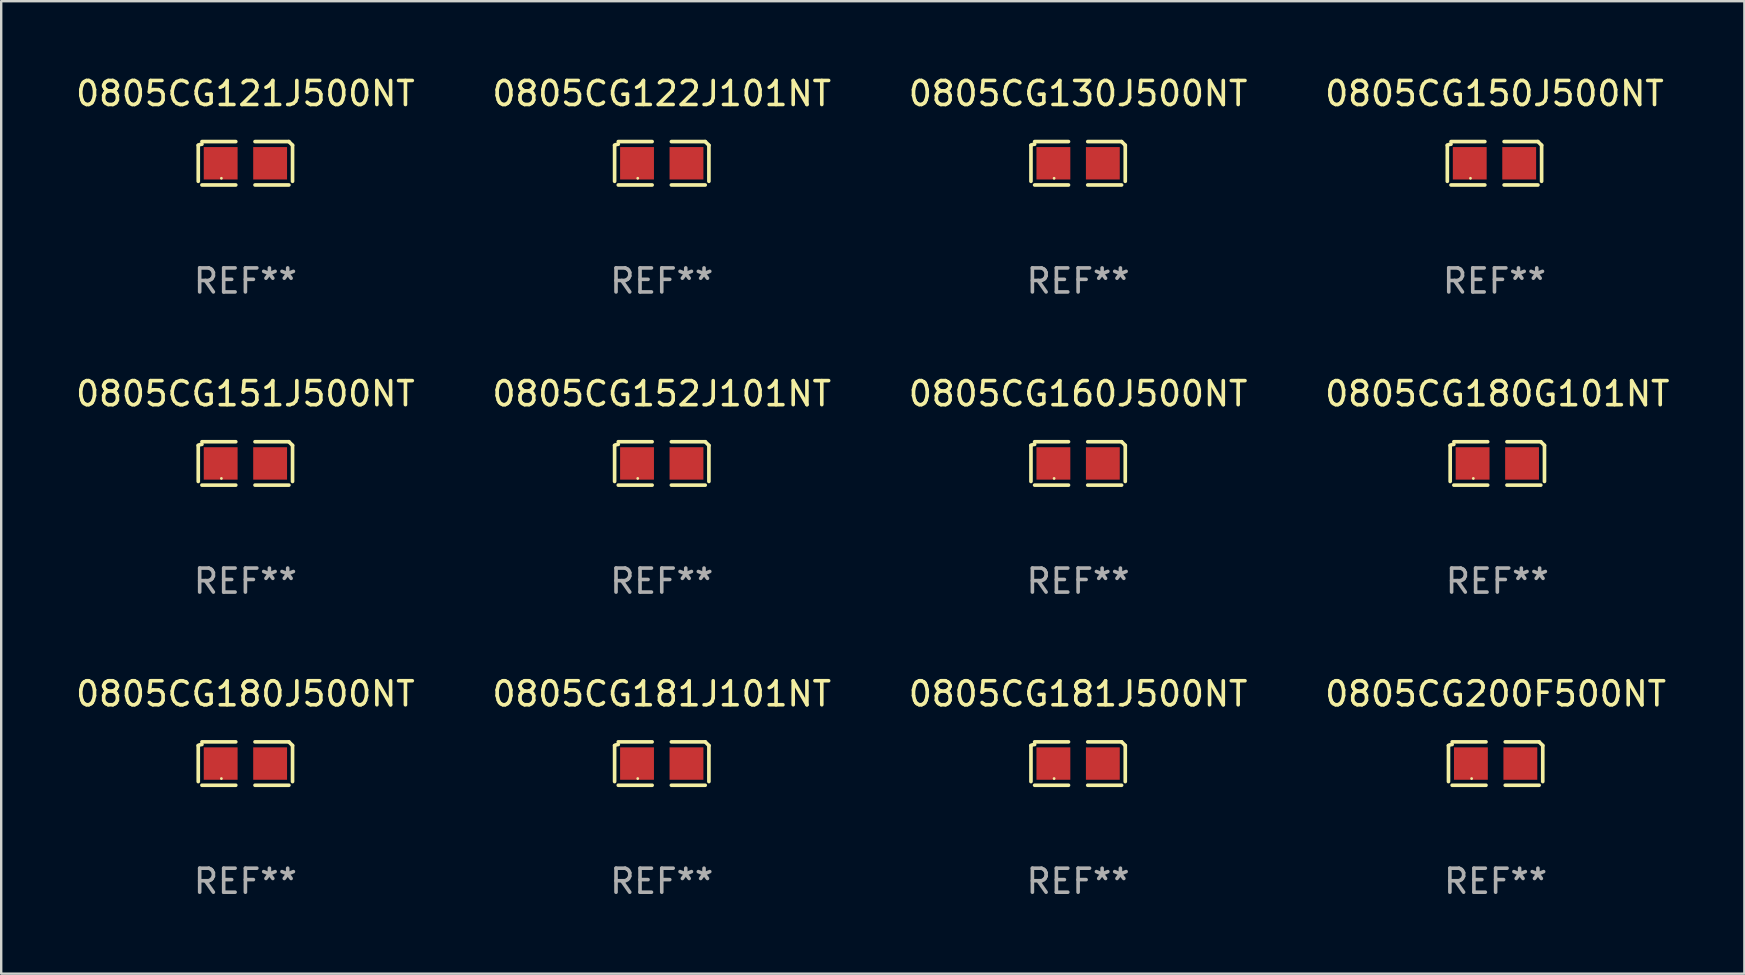
<source format=kicad_pcb>
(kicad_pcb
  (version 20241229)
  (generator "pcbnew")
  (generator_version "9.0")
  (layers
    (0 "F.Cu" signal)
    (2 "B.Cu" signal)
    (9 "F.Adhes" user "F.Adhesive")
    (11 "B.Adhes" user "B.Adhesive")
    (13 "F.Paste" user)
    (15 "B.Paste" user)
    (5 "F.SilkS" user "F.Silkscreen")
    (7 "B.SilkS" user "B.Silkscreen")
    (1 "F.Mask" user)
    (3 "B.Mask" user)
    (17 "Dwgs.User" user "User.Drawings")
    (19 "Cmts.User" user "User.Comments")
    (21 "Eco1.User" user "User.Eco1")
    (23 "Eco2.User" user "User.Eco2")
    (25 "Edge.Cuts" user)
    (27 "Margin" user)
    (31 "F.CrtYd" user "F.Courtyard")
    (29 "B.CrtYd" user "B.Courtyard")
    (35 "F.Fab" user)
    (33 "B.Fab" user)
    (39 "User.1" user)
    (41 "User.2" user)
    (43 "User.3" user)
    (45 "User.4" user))
  (footprint "0805CG130J500NT"
    (layer "F.Cu")
    (at 41.863 3.752)
    (property "Reference" "0805CG130J500NT" (at 0 -2.904 0) (layer "F.SilkS") (effects (font (size 1 1) (thickness 0.15))))
    (attr through_hole)
    (fp_line (start -1.964 0.751) (end -1.964 -0.751) (stroke (width 0.152) (type solid)) (layer "F.SilkS"))
    (fp_line (start -1.811 -0.904) (end -0.401 -0.904) (stroke (width 0.152) (type solid)) (layer "F.SilkS"))
    (fp_line (start -0.401 0.904) (end -1.811 0.904) (stroke (width 0.152) (type solid)) (layer "F.SilkS"))
    (fp_line (start 0.401 0.904) (end 1.811 0.904) (stroke (width 0.152) (type solid)) (layer "F.SilkS"))
    (fp_line (start 1.811 -0.904) (end 0.401 -0.904) (stroke (width 0.152) (type solid)) (layer "F.SilkS"))
    (fp_line (start 1.964 0.751) (end 1.964 -0.751) (stroke (width 0.152) (type solid)) (layer "F.SilkS"))
    (fp_arc (start -1.963602 -0.751207) (mid -1.890354 -0.783131) (end -1.811201 -0.794044) (stroke (width 0.1524) (type solid)) (layer "F.SilkS"))
    (fp_arc (start 1.811202 -0.903607) (mid 1.887413 -0.827418) (end 1.963602 -0.751207) (stroke (width 0.1524) (type solid)) (layer "F.SilkS"))
    (fp_circle (center -1 0.625) (end -0.97 0.625) (stroke (width 0.06) (type solid)) (fill no) (layer "F.SilkS"))
    (fp_text user "REF**" (at 0 4.904 0) (layer "F.Fab") (effects (font (size 1 1) (thickness 0.15))))
    (pad "1" smd rect (at -1.03 0) (size 1.41 1.35) (layers "F.Cu" "F.Mask" "F.Paste"))
    (pad "2" smd rect (at 1.03 0) (size 1.41 1.35) (layers "F.Cu" "F.Mask" "F.Paste")))
  (footprint "0805CG122J101NT"
    (layer "F.Cu")
    (at 24.518 3.752)
    (property "Reference" "0805CG122J101NT" (at 0 -2.904 0) (layer "F.SilkS") (effects (font (size 1 1) (thickness 0.15))))
    (attr through_hole)
    (fp_line (start -1.964 0.751) (end -1.964 -0.751) (stroke (width 0.152) (type solid)) (layer "F.SilkS"))
    (fp_line (start -1.811 -0.904) (end -0.401 -0.904) (stroke (width 0.152) (type solid)) (layer "F.SilkS"))
    (fp_line (start -0.401 0.904) (end -1.811 0.904) (stroke (width 0.152) (type solid)) (layer "F.SilkS"))
    (fp_line (start 0.401 0.904) (end 1.811 0.904) (stroke (width 0.152) (type solid)) (layer "F.SilkS"))
    (fp_line (start 1.811 -0.904) (end 0.401 -0.904) (stroke (width 0.152) (type solid)) (layer "F.SilkS"))
    (fp_line (start 1.964 0.751) (end 1.964 -0.751) (stroke (width 0.152) (type solid)) (layer "F.SilkS"))
    (fp_arc (start -1.963602 -0.751207) (mid -1.890354 -0.783131) (end -1.811201 -0.794044) (stroke (width 0.1524) (type solid)) (layer "F.SilkS"))
    (fp_arc (start 1.811202 -0.903607) (mid 1.887413 -0.827418) (end 1.963602 -0.751207) (stroke (width 0.1524) (type solid)) (layer "F.SilkS"))
    (fp_circle (center -1 0.625) (end -0.97 0.625) (stroke (width 0.06) (type solid)) (fill no) (layer "F.SilkS"))
    (fp_text user "REF**" (at 0 4.904 0) (layer "F.Fab") (effects (font (size 1 1) (thickness 0.15))))
    (pad "1" smd rect (at -1.03 0) (size 1.41 1.35) (layers "F.Cu" "F.Mask" "F.Paste"))
    (pad "2" smd rect (at 1.03 0) (size 1.41 1.35) (layers "F.Cu" "F.Mask" "F.Paste")))
  (footprint "0805CG181J101NT"
    (layer "F.Cu")
    (at 24.518 28.759)
    (property "Reference" "0805CG181J101NT" (at 0 -2.904 0) (layer "F.SilkS") (effects (font (size 1 1) (thickness 0.15))))
    (attr through_hole)
    (fp_line (start -1.964 0.751) (end -1.964 -0.751) (stroke (width 0.152) (type solid)) (layer "F.SilkS"))
    (fp_line (start -1.811 -0.904) (end -0.401 -0.904) (stroke (width 0.152) (type solid)) (layer "F.SilkS"))
    (fp_line (start -0.401 0.904) (end -1.811 0.904) (stroke (width 0.152) (type solid)) (layer "F.SilkS"))
    (fp_line (start 0.401 0.904) (end 1.811 0.904) (stroke (width 0.152) (type solid)) (layer "F.SilkS"))
    (fp_line (start 1.811 -0.904) (end 0.401 -0.904) (stroke (width 0.152) (type solid)) (layer "F.SilkS"))
    (fp_line (start 1.964 0.751) (end 1.964 -0.751) (stroke (width 0.152) (type solid)) (layer "F.SilkS"))
    (fp_arc (start -1.963602 -0.751207) (mid -1.890354 -0.783131) (end -1.811201 -0.794044) (stroke (width 0.1524) (type solid)) (layer "F.SilkS"))
    (fp_arc (start 1.811202 -0.903607) (mid 1.887413 -0.827418) (end 1.963602 -0.751207) (stroke (width 0.1524) (type solid)) (layer "F.SilkS"))
    (fp_circle (center -1 0.625) (end -0.97 0.625) (stroke (width 0.06) (type solid)) (fill no) (layer "F.SilkS"))
    (fp_text user "REF**" (at 0 4.904 0) (layer "F.Fab") (effects (font (size 1 1) (thickness 0.15))))
    (pad "1" smd rect (at -1.03 0) (size 1.41 1.35) (layers "F.Cu" "F.Mask" "F.Paste"))
    (pad "2" smd rect (at 1.03 0) (size 1.41 1.35) (layers "F.Cu" "F.Mask" "F.Paste")))
  (footprint "0805CG200F500NT"
    (layer "F.Cu")
    (at 59.256 28.759)
    (property "Reference" "0805CG200F500NT" (at 0 -2.904 0) (layer "F.SilkS") (effects (font (size 1 1) (thickness 0.15))))
    (attr through_hole)
    (fp_line (start -1.964 0.751) (end -1.964 -0.751) (stroke (width 0.152) (type solid)) (layer "F.SilkS"))
    (fp_line (start -1.811 -0.904) (end -0.401 -0.904) (stroke (width 0.152) (type solid)) (layer "F.SilkS"))
    (fp_line (start -0.401 0.904) (end -1.811 0.904) (stroke (width 0.152) (type solid)) (layer "F.SilkS"))
    (fp_line (start 0.401 0.904) (end 1.811 0.904) (stroke (width 0.152) (type solid)) (layer "F.SilkS"))
    (fp_line (start 1.811 -0.904) (end 0.401 -0.904) (stroke (width 0.152) (type solid)) (layer "F.SilkS"))
    (fp_line (start 1.964 0.751) (end 1.964 -0.751) (stroke (width 0.152) (type solid)) (layer "F.SilkS"))
    (fp_arc (start -1.963602 -0.751207) (mid -1.890354 -0.783131) (end -1.811201 -0.794044) (stroke (width 0.1524) (type solid)) (layer "F.SilkS"))
    (fp_arc (start 1.811202 -0.903607) (mid 1.887413 -0.827418) (end 1.963602 -0.751207) (stroke (width 0.1524) (type solid)) (layer "F.SilkS"))
    (fp_circle (center -1 0.625) (end -0.97 0.625) (stroke (width 0.06) (type solid)) (fill no) (layer "F.SilkS"))
    (fp_text user "REF**" (at 0 4.904 0) (layer "F.Fab") (effects (font (size 1 1) (thickness 0.15))))
    (pad "1" smd rect (at -1.03 0) (size 1.41 1.35) (layers "F.Cu" "F.Mask" "F.Paste"))
    (pad "2" smd rect (at 1.03 0) (size 1.41 1.35) (layers "F.Cu" "F.Mask" "F.Paste")))
  (footprint "0805CG121J500NT"
    (layer "F.Cu")
    (at 7.173 3.752)
    (property "Reference" "0805CG121J500NT" (at 0 -2.904 0) (layer "F.SilkS") (effects (font (size 1 1) (thickness 0.15))))
    (attr through_hole)
    (fp_line (start -1.964 0.751) (end -1.964 -0.751) (stroke (width 0.152) (type solid)) (layer "F.SilkS"))
    (fp_line (start -1.811 -0.904) (end -0.401 -0.904) (stroke (width 0.152) (type solid)) (layer "F.SilkS"))
    (fp_line (start -0.401 0.904) (end -1.811 0.904) (stroke (width 0.152) (type solid)) (layer "F.SilkS"))
    (fp_line (start 0.401 0.904) (end 1.811 0.904) (stroke (width 0.152) (type solid)) (layer "F.SilkS"))
    (fp_line (start 1.811 -0.904) (end 0.401 -0.904) (stroke (width 0.152) (type solid)) (layer "F.SilkS"))
    (fp_line (start 1.964 0.751) (end 1.964 -0.751) (stroke (width 0.152) (type solid)) (layer "F.SilkS"))
    (fp_arc (start -1.963602 -0.751207) (mid -1.890354 -0.783131) (end -1.811201 -0.794044) (stroke (width 0.1524) (type solid)) (layer "F.SilkS"))
    (fp_arc (start 1.811202 -0.903607) (mid 1.887413 -0.827418) (end 1.963602 -0.751207) (stroke (width 0.1524) (type solid)) (layer "F.SilkS"))
    (fp_circle (center -1 0.625) (end -0.97 0.625) (stroke (width 0.06) (type solid)) (fill no) (layer "F.SilkS"))
    (fp_text user "REF**" (at 0 4.904 0) (layer "F.Fab") (effects (font (size 1 1) (thickness 0.15))))
    (pad "1" smd rect (at -1.03 0) (size 1.41 1.35) (layers "F.Cu" "F.Mask" "F.Paste"))
    (pad "2" smd rect (at 1.03 0) (size 1.41 1.35) (layers "F.Cu" "F.Mask" "F.Paste")))
  (footprint "0805CG150J500NT"
    (layer "F.Cu")
    (at 59.208 3.752)
    (property "Reference" "0805CG150J500NT" (at 0 -2.904 0) (layer "F.SilkS") (effects (font (size 1 1) (thickness 0.15))))
    (attr through_hole)
    (fp_line (start -1.964 0.751) (end -1.964 -0.751) (stroke (width 0.152) (type solid)) (layer "F.SilkS"))
    (fp_line (start -1.811 -0.904) (end -0.401 -0.904) (stroke (width 0.152) (type solid)) (layer "F.SilkS"))
    (fp_line (start -0.401 0.904) (end -1.811 0.904) (stroke (width 0.152) (type solid)) (layer "F.SilkS"))
    (fp_line (start 0.401 0.904) (end 1.811 0.904) (stroke (width 0.152) (type solid)) (layer "F.SilkS"))
    (fp_line (start 1.811 -0.904) (end 0.401 -0.904) (stroke (width 0.152) (type solid)) (layer "F.SilkS"))
    (fp_line (start 1.964 0.751) (end 1.964 -0.751) (stroke (width 0.152) (type solid)) (layer "F.SilkS"))
    (fp_arc (start -1.963602 -0.751207) (mid -1.890354 -0.783131) (end -1.811201 -0.794044) (stroke (width 0.1524) (type solid)) (layer "F.SilkS"))
    (fp_arc (start 1.811202 -0.903607) (mid 1.887413 -0.827418) (end 1.963602 -0.751207) (stroke (width 0.1524) (type solid)) (layer "F.SilkS"))
    (fp_circle (center -1 0.625) (end -0.97 0.625) (stroke (width 0.06) (type solid)) (fill no) (layer "F.SilkS"))
    (fp_text user "REF**" (at 0 4.904 0) (layer "F.Fab") (effects (font (size 1 1) (thickness 0.15))))
    (pad "1" smd rect (at -1.03 0) (size 1.41 1.35) (layers "F.Cu" "F.Mask" "F.Paste"))
    (pad "2" smd rect (at 1.03 0) (size 1.41 1.35) (layers "F.Cu" "F.Mask" "F.Paste")))
  (footprint "0805CG160J500NT"
    (layer "F.Cu")
    (at 41.863 16.256)
    (property "Reference" "0805CG160J500NT" (at 0 -2.904 0) (layer "F.SilkS") (effects (font (size 1 1) (thickness 0.15))))
    (attr through_hole)
    (fp_line (start -1.964 0.751) (end -1.964 -0.751) (stroke (width 0.152) (type solid)) (layer "F.SilkS"))
    (fp_line (start -1.811 -0.904) (end -0.401 -0.904) (stroke (width 0.152) (type solid)) (layer "F.SilkS"))
    (fp_line (start -0.401 0.904) (end -1.811 0.904) (stroke (width 0.152) (type solid)) (layer "F.SilkS"))
    (fp_line (start 0.401 0.904) (end 1.811 0.904) (stroke (width 0.152) (type solid)) (layer "F.SilkS"))
    (fp_line (start 1.811 -0.904) (end 0.401 -0.904) (stroke (width 0.152) (type solid)) (layer "F.SilkS"))
    (fp_line (start 1.964 0.751) (end 1.964 -0.751) (stroke (width 0.152) (type solid)) (layer "F.SilkS"))
    (fp_arc (start -1.963602 -0.751207) (mid -1.890354 -0.783131) (end -1.811201 -0.794044) (stroke (width 0.1524) (type solid)) (layer "F.SilkS"))
    (fp_arc (start 1.811202 -0.903607) (mid 1.887413 -0.827418) (end 1.963602 -0.751207) (stroke (width 0.1524) (type solid)) (layer "F.SilkS"))
    (fp_circle (center -1 0.625) (end -0.97 0.625) (stroke (width 0.06) (type solid)) (fill no) (layer "F.SilkS"))
    (fp_text user "REF**" (at 0 4.904 0) (layer "F.Fab") (effects (font (size 1 1) (thickness 0.15))))
    (pad "1" smd rect (at -1.03 0) (size 1.41 1.35) (layers "F.Cu" "F.Mask" "F.Paste"))
    (pad "2" smd rect (at 1.03 0) (size 1.41 1.35) (layers "F.Cu" "F.Mask" "F.Paste")))
  (footprint "0805CG181J500NT"
    (layer "F.Cu")
    (at 41.863 28.759)
    (property "Reference" "0805CG181J500NT" (at 0 -2.904 0) (layer "F.SilkS") (effects (font (size 1 1) (thickness 0.15))))
    (attr through_hole)
    (fp_line (start -1.964 0.751) (end -1.964 -0.751) (stroke (width 0.152) (type solid)) (layer "F.SilkS"))
    (fp_line (start -1.811 -0.904) (end -0.401 -0.904) (stroke (width 0.152) (type solid)) (layer "F.SilkS"))
    (fp_line (start -0.401 0.904) (end -1.811 0.904) (stroke (width 0.152) (type solid)) (layer "F.SilkS"))
    (fp_line (start 0.401 0.904) (end 1.811 0.904) (stroke (width 0.152) (type solid)) (layer "F.SilkS"))
    (fp_line (start 1.811 -0.904) (end 0.401 -0.904) (stroke (width 0.152) (type solid)) (layer "F.SilkS"))
    (fp_line (start 1.964 0.751) (end 1.964 -0.751) (stroke (width 0.152) (type solid)) (layer "F.SilkS"))
    (fp_arc (start -1.963602 -0.751207) (mid -1.890354 -0.783131) (end -1.811201 -0.794044) (stroke (width 0.1524) (type solid)) (layer "F.SilkS"))
    (fp_arc (start 1.811202 -0.903607) (mid 1.887413 -0.827418) (end 1.963602 -0.751207) (stroke (width 0.1524) (type solid)) (layer "F.SilkS"))
    (fp_circle (center -1 0.625) (end -0.97 0.625) (stroke (width 0.06) (type solid)) (fill no) (layer "F.SilkS"))
    (fp_text user "REF**" (at 0 4.904 0) (layer "F.Fab") (effects (font (size 1 1) (thickness 0.15))))
    (pad "1" smd rect (at -1.03 0) (size 1.41 1.35) (layers "F.Cu" "F.Mask" "F.Paste"))
    (pad "2" smd rect (at 1.03 0) (size 1.41 1.35) (layers "F.Cu" "F.Mask" "F.Paste")))
  (footprint "0805CG180G101NT"
    (layer "F.Cu")
    (at 59.327 16.256)
    (property "Reference" "0805CG180G101NT" (at 0 -2.904 0) (layer "F.SilkS") (effects (font (size 1 1) (thickness 0.15))))
    (attr through_hole)
    (fp_line (start -1.964 0.751) (end -1.964 -0.751) (stroke (width 0.152) (type solid)) (layer "F.SilkS"))
    (fp_line (start -1.811 -0.904) (end -0.401 -0.904) (stroke (width 0.152) (type solid)) (layer "F.SilkS"))
    (fp_line (start -0.401 0.904) (end -1.811 0.904) (stroke (width 0.152) (type solid)) (layer "F.SilkS"))
    (fp_line (start 0.401 0.904) (end 1.811 0.904) (stroke (width 0.152) (type solid)) (layer "F.SilkS"))
    (fp_line (start 1.811 -0.904) (end 0.401 -0.904) (stroke (width 0.152) (type solid)) (layer "F.SilkS"))
    (fp_line (start 1.964 0.751) (end 1.964 -0.751) (stroke (width 0.152) (type solid)) (layer "F.SilkS"))
    (fp_arc (start -1.963602 -0.751207) (mid -1.890354 -0.783131) (end -1.811201 -0.794044) (stroke (width 0.1524) (type solid)) (layer "F.SilkS"))
    (fp_arc (start 1.811202 -0.903607) (mid 1.887413 -0.827418) (end 1.963602 -0.751207) (stroke (width 0.1524) (type solid)) (layer "F.SilkS"))
    (fp_circle (center -1 0.625) (end -0.97 0.625) (stroke (width 0.06) (type solid)) (fill no) (layer "F.SilkS"))
    (fp_text user "REF**" (at 0 4.904 0) (layer "F.Fab") (effects (font (size 1 1) (thickness 0.15))))
    (pad "1" smd rect (at -1.03 0) (size 1.41 1.35) (layers "F.Cu" "F.Mask" "F.Paste"))
    (pad "2" smd rect (at 1.03 0) (size 1.41 1.35) (layers "F.Cu" "F.Mask" "F.Paste")))
  (footprint "0805CG180J500NT"
    (layer "F.Cu")
    (at 7.173 28.759)
    (property "Reference" "0805CG180J500NT" (at 0 -2.904 0) (layer "F.SilkS") (effects (font (size 1 1) (thickness 0.15))))
    (attr through_hole)
    (fp_line (start -1.964 0.751) (end -1.964 -0.751) (stroke (width 0.152) (type solid)) (layer "F.SilkS"))
    (fp_line (start -1.811 -0.904) (end -0.401 -0.904) (stroke (width 0.152) (type solid)) (layer "F.SilkS"))
    (fp_line (start -0.401 0.904) (end -1.811 0.904) (stroke (width 0.152) (type solid)) (layer "F.SilkS"))
    (fp_line (start 0.401 0.904) (end 1.811 0.904) (stroke (width 0.152) (type solid)) (layer "F.SilkS"))
    (fp_line (start 1.811 -0.904) (end 0.401 -0.904) (stroke (width 0.152) (type solid)) (layer "F.SilkS"))
    (fp_line (start 1.964 0.751) (end 1.964 -0.751) (stroke (width 0.152) (type solid)) (layer "F.SilkS"))
    (fp_arc (start -1.963602 -0.751207) (mid -1.890354 -0.783131) (end -1.811201 -0.794044) (stroke (width 0.1524) (type solid)) (layer "F.SilkS"))
    (fp_arc (start 1.811202 -0.903607) (mid 1.887413 -0.827418) (end 1.963602 -0.751207) (stroke (width 0.1524) (type solid)) (layer "F.SilkS"))
    (fp_circle (center -1 0.625) (end -0.97 0.625) (stroke (width 0.06) (type solid)) (fill no) (layer "F.SilkS"))
    (fp_text user "REF**" (at 0 4.904 0) (layer "F.Fab") (effects (font (size 1 1) (thickness 0.15))))
    (pad "1" smd rect (at -1.03 0) (size 1.41 1.35) (layers "F.Cu" "F.Mask" "F.Paste"))
    (pad "2" smd rect (at 1.03 0) (size 1.41 1.35) (layers "F.Cu" "F.Mask" "F.Paste")))
  (footprint "0805CG152J101NT"
    (layer "F.Cu")
    (at 24.518 16.256)
    (property "Reference" "0805CG152J101NT" (at 0 -2.904 0) (layer "F.SilkS") (effects (font (size 1 1) (thickness 0.15))))
    (attr through_hole)
    (fp_line (start -1.964 0.751) (end -1.964 -0.751) (stroke (width 0.152) (type solid)) (layer "F.SilkS"))
    (fp_line (start -1.811 -0.904) (end -0.401 -0.904) (stroke (width 0.152) (type solid)) (layer "F.SilkS"))
    (fp_line (start -0.401 0.904) (end -1.811 0.904) (stroke (width 0.152) (type solid)) (layer "F.SilkS"))
    (fp_line (start 0.401 0.904) (end 1.811 0.904) (stroke (width 0.152) (type solid)) (layer "F.SilkS"))
    (fp_line (start 1.811 -0.904) (end 0.401 -0.904) (stroke (width 0.152) (type solid)) (layer "F.SilkS"))
    (fp_line (start 1.964 0.751) (end 1.964 -0.751) (stroke (width 0.152) (type solid)) (layer "F.SilkS"))
    (fp_arc (start -1.963602 -0.751207) (mid -1.890354 -0.783131) (end -1.811201 -0.794044) (stroke (width 0.1524) (type solid)) (layer "F.SilkS"))
    (fp_arc (start 1.811202 -0.903607) (mid 1.887413 -0.827418) (end 1.963602 -0.751207) (stroke (width 0.1524) (type solid)) (layer "F.SilkS"))
    (fp_circle (center -1 0.625) (end -0.97 0.625) (stroke (width 0.06) (type solid)) (fill no) (layer "F.SilkS"))
    (fp_text user "REF**" (at 0 4.904 0) (layer "F.Fab") (effects (font (size 1 1) (thickness 0.15))))
    (pad "1" smd rect (at -1.03 0) (size 1.41 1.35) (layers "F.Cu" "F.Mask" "F.Paste"))
    (pad "2" smd rect (at 1.03 0) (size 1.41 1.35) (layers "F.Cu" "F.Mask" "F.Paste")))
  (footprint "0805CG151J500NT"
    (layer "F.Cu")
    (at 7.173 16.256)
    (property "Reference" "0805CG151J500NT" (at 0 -2.904 0) (layer "F.SilkS") (effects (font (size 1 1) (thickness 0.15))))
    (attr through_hole)
    (fp_line (start -1.964 0.751) (end -1.964 -0.751) (stroke (width 0.152) (type solid)) (layer "F.SilkS"))
    (fp_line (start -1.811 -0.904) (end -0.401 -0.904) (stroke (width 0.152) (type solid)) (layer "F.SilkS"))
    (fp_line (start -0.401 0.904) (end -1.811 0.904) (stroke (width 0.152) (type solid)) (layer "F.SilkS"))
    (fp_line (start 0.401 0.904) (end 1.811 0.904) (stroke (width 0.152) (type solid)) (layer "F.SilkS"))
    (fp_line (start 1.811 -0.904) (end 0.401 -0.904) (stroke (width 0.152) (type solid)) (layer "F.SilkS"))
    (fp_line (start 1.964 0.751) (end 1.964 -0.751) (stroke (width 0.152) (type solid)) (layer "F.SilkS"))
    (fp_arc (start -1.963602 -0.751207) (mid -1.890354 -0.783131) (end -1.811201 -0.794044) (stroke (width 0.1524) (type solid)) (layer "F.SilkS"))
    (fp_arc (start 1.811202 -0.903607) (mid 1.887413 -0.827418) (end 1.963602 -0.751207) (stroke (width 0.1524) (type solid)) (layer "F.SilkS"))
    (fp_circle (center -1 0.625) (end -0.97 0.625) (stroke (width 0.06) (type solid)) (fill no) (layer "F.SilkS"))
    (fp_text user "REF**" (at 0 4.904 0) (layer "F.Fab") (effects (font (size 1 1) (thickness 0.15))))
    (pad "1" smd rect (at -1.03 0) (size 1.41 1.35) (layers "F.Cu" "F.Mask" "F.Paste"))
    (pad "2" smd rect (at 1.03 0) (size 1.41 1.35) (layers "F.Cu" "F.Mask" "F.Paste")))
  (gr_rect
    (start -3 -3)
    (end 69.619 37.511)
    (stroke (width 0.1) (type default))
    (fill no)
    (layer "Edge.Cuts")))
</source>
